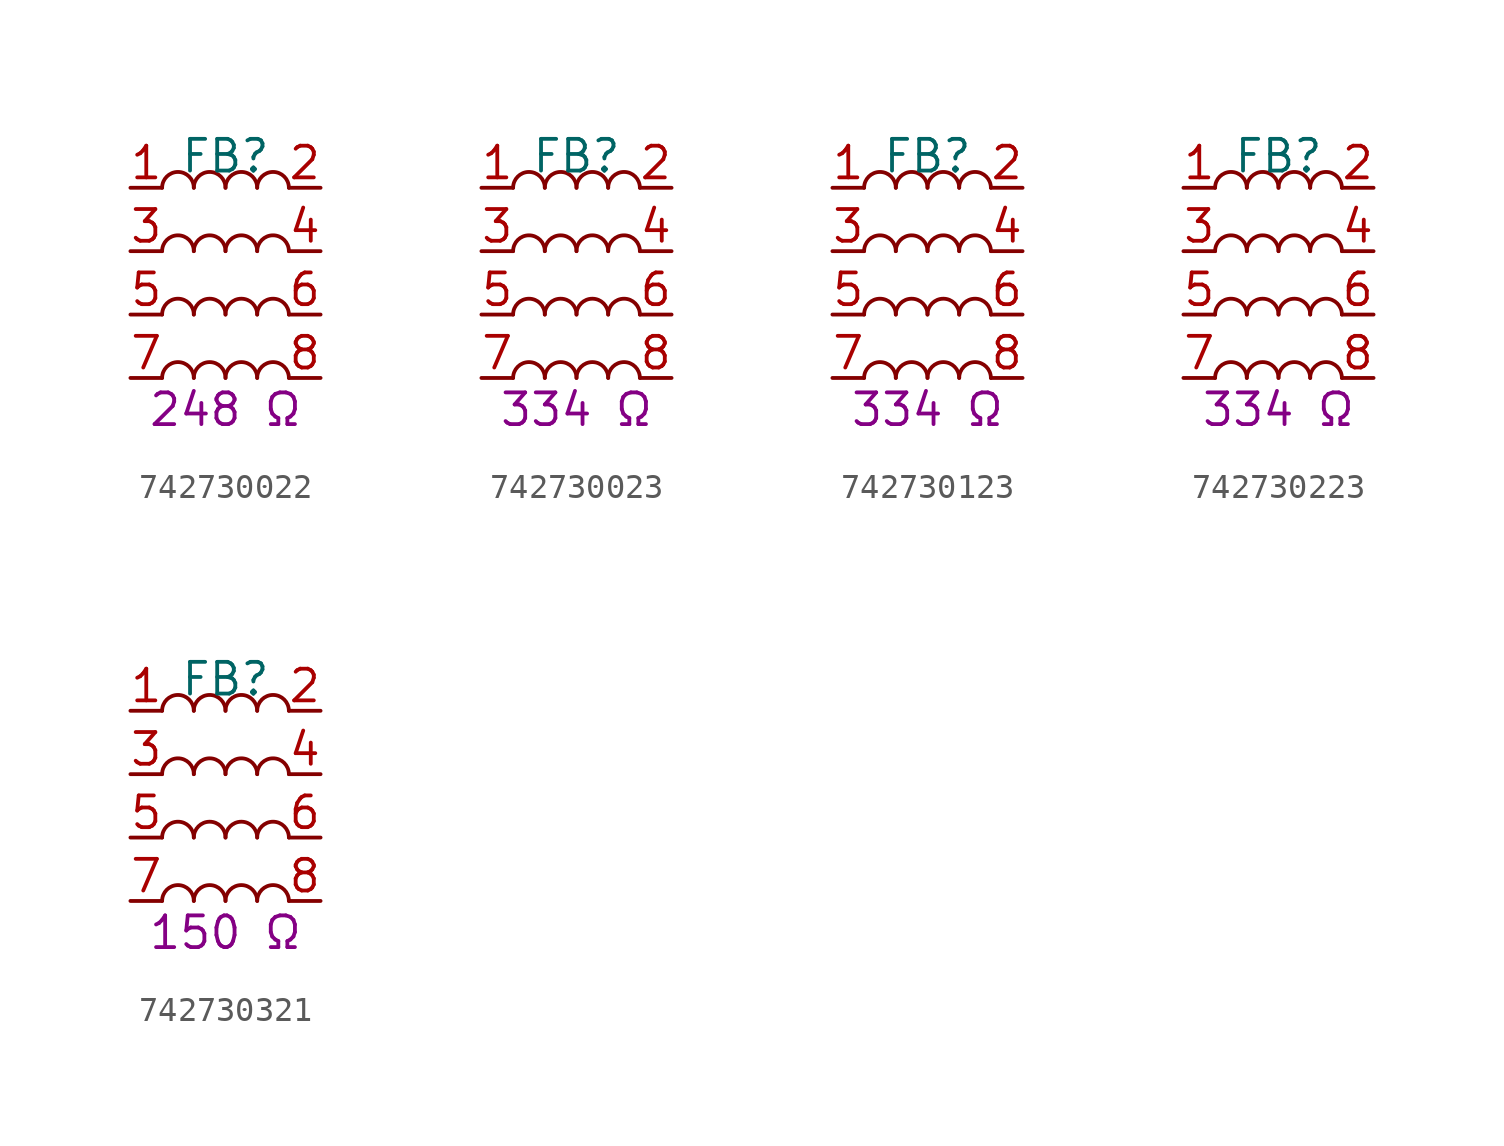
<source format=kicad_sym>
(kicad_symbol_lib
  (version 20220914)
  (generator kicad_symbol_editor)
  (symbol "742730022"
    (pin_names hide)
    (property "Reference" "FB"
      (at 0 5.08 0)
      (effects (font (size 1.27 1.27))))
    (property "Critical Parameter" "248 Ω"
      (at 0 -5.08 0)
      (effects (font (size 1.27 1.27))))
    (symbol "742730022_0_1"
      (arc (start -1.27 -3.81) (mid -1.905 -3.1777) (end -2.54 -3.81) (stroke (width 0) (type default)) (fill (type none)))
      (arc (start -1.27 -1.27) (mid -1.905 -0.6377) (end -2.54 -1.27) (stroke (width 0) (type default)) (fill (type none)))
      (arc (start -1.27 1.27) (mid -1.905 1.9023) (end -2.54 1.27) (stroke (width 0) (type default)) (fill (type none)))
      (arc (start -1.27 3.81) (mid -1.905 4.4423) (end -2.54 3.81) (stroke (width 0) (type default)) (fill (type none)))
      (arc (start 0 -3.81) (mid -0.635 -3.1777) (end -1.27 -3.81) (stroke (width 0) (type default)) (fill (type none)))
      (arc (start 0 -1.27) (mid -0.635 -0.6377) (end -1.27 -1.27) (stroke (width 0) (type default)) (fill (type none)))
      (arc (start 0 1.27) (mid -0.635 1.9023) (end -1.27 1.27) (stroke (width 0) (type default)) (fill (type none)))
      (arc (start 0 3.81) (mid -0.635 4.4423) (end -1.27 3.81) (stroke (width 0) (type default)) (fill (type none)))
      (arc (start 1.27 -3.81) (mid 0.635 -3.1777) (end 0 -3.81) (stroke (width 0) (type default)) (fill (type none)))
      (arc (start 1.27 -1.27) (mid 0.635 -0.6377) (end 0 -1.27) (stroke (width 0) (type default)) (fill (type none)))
      (arc (start 1.27 1.27) (mid 0.635 1.9023) (end 0 1.27) (stroke (width 0) (type default)) (fill (type none)))
      (arc (start 1.27 3.81) (mid 0.635 4.4423) (end 0 3.81) (stroke (width 0) (type default)) (fill (type none)))
      (arc (start 2.54 -3.81) (mid 1.905 -3.1777) (end 1.27 -3.81) (stroke (width 0) (type default)) (fill (type none)))
      (arc (start 2.54 -1.27) (mid 1.905 -0.6377) (end 1.27 -1.27) (stroke (width 0) (type default)) (fill (type none)))
      (arc (start 2.54 1.27) (mid 1.905 1.9023) (end 1.27 1.27) (stroke (width 0) (type default)) (fill (type none)))
      (arc (start 2.54 3.81) (mid 1.905 4.4423) (end 1.27 3.81) (stroke (width 0) (type default)) (fill (type none))))
    (symbol "742730022_1_1"
      (pin passive line (at -3.81 3.81 0) (length 1.27) (name "1" (effects (font (size 1.27 1.27)))) (number "1" (effects (font (size 1.27 1.27)))))
      (pin passive line (at 3.81 3.81 180) (length 1.27) (name "2" (effects (font (size 1.27 1.27)))) (number "2" (effects (font (size 1.27 1.27)))))
      (pin passive line (at -3.81 1.27 0) (length 1.27) (name "3" (effects (font (size 1.27 1.27)))) (number "3" (effects (font (size 1.27 1.27)))))
      (pin passive line (at 3.81 1.27 180) (length 1.27) (name "4" (effects (font (size 1.27 1.27)))) (number "4" (effects (font (size 1.27 1.27)))))
      (pin passive line (at -3.81 -1.27 0) (length 1.27) (name "5" (effects (font (size 1.27 1.27)))) (number "5" (effects (font (size 1.27 1.27)))))
      (pin passive line (at 3.81 -1.27 180) (length 1.27) (name "6" (effects (font (size 1.27 1.27)))) (number "6" (effects (font (size 1.27 1.27)))))
      (pin passive line (at -3.81 -3.81 0) (length 1.27) (name "7" (effects (font (size 1.27 1.27)))) (number "7" (effects (font (size 1.27 1.27)))))
      (pin passive line (at 3.81 -3.81 180) (length 1.27) (name "8" (effects (font (size 1.27 1.27)))) (number "8" (effects (font (size 1.27 1.27)))))))
  (symbol "742730023"
    (pin_names hide)
    (property "Reference" "FB"
      (at 0 5.08 0)
      (effects (font (size 1.27 1.27))))
    (property "Critical Parameter" "334 Ω"
      (at 0 -5.08 0)
      (effects (font (size 1.27 1.27))))
    (symbol "742730023_0_1"
      (arc (start -1.27 -3.81) (mid -1.905 -3.1777) (end -2.54 -3.81) (stroke (width 0) (type default)) (fill (type none)))
      (arc (start -1.27 -1.27) (mid -1.905 -0.6377) (end -2.54 -1.27) (stroke (width 0) (type default)) (fill (type none)))
      (arc (start -1.27 1.27) (mid -1.905 1.9023) (end -2.54 1.27) (stroke (width 0) (type default)) (fill (type none)))
      (arc (start -1.27 3.81) (mid -1.905 4.4423) (end -2.54 3.81) (stroke (width 0) (type default)) (fill (type none)))
      (arc (start 0 -3.81) (mid -0.635 -3.1777) (end -1.27 -3.81) (stroke (width 0) (type default)) (fill (type none)))
      (arc (start 0 -1.27) (mid -0.635 -0.6377) (end -1.27 -1.27) (stroke (width 0) (type default)) (fill (type none)))
      (arc (start 0 1.27) (mid -0.635 1.9023) (end -1.27 1.27) (stroke (width 0) (type default)) (fill (type none)))
      (arc (start 0 3.81) (mid -0.635 4.4423) (end -1.27 3.81) (stroke (width 0) (type default)) (fill (type none)))
      (arc (start 1.27 -3.81) (mid 0.635 -3.1777) (end 0 -3.81) (stroke (width 0) (type default)) (fill (type none)))
      (arc (start 1.27 -1.27) (mid 0.635 -0.6377) (end 0 -1.27) (stroke (width 0) (type default)) (fill (type none)))
      (arc (start 1.27 1.27) (mid 0.635 1.9023) (end 0 1.27) (stroke (width 0) (type default)) (fill (type none)))
      (arc (start 1.27 3.81) (mid 0.635 4.4423) (end 0 3.81) (stroke (width 0) (type default)) (fill (type none)))
      (arc (start 2.54 -3.81) (mid 1.905 -3.1777) (end 1.27 -3.81) (stroke (width 0) (type default)) (fill (type none)))
      (arc (start 2.54 -1.27) (mid 1.905 -0.6377) (end 1.27 -1.27) (stroke (width 0) (type default)) (fill (type none)))
      (arc (start 2.54 1.27) (mid 1.905 1.9023) (end 1.27 1.27) (stroke (width 0) (type default)) (fill (type none)))
      (arc (start 2.54 3.81) (mid 1.905 4.4423) (end 1.27 3.81) (stroke (width 0) (type default)) (fill (type none))))
    (symbol "742730023_1_1"
      (pin passive line (at -3.81 3.81 0) (length 1.27) (name "1" (effects (font (size 1.27 1.27)))) (number "1" (effects (font (size 1.27 1.27)))))
      (pin passive line (at 3.81 3.81 180) (length 1.27) (name "2" (effects (font (size 1.27 1.27)))) (number "2" (effects (font (size 1.27 1.27)))))
      (pin passive line (at -3.81 1.27 0) (length 1.27) (name "3" (effects (font (size 1.27 1.27)))) (number "3" (effects (font (size 1.27 1.27)))))
      (pin passive line (at 3.81 1.27 180) (length 1.27) (name "4" (effects (font (size 1.27 1.27)))) (number "4" (effects (font (size 1.27 1.27)))))
      (pin passive line (at -3.81 -1.27 0) (length 1.27) (name "5" (effects (font (size 1.27 1.27)))) (number "5" (effects (font (size 1.27 1.27)))))
      (pin passive line (at 3.81 -1.27 180) (length 1.27) (name "6" (effects (font (size 1.27 1.27)))) (number "6" (effects (font (size 1.27 1.27)))))
      (pin passive line (at -3.81 -3.81 0) (length 1.27) (name "7" (effects (font (size 1.27 1.27)))) (number "7" (effects (font (size 1.27 1.27)))))
      (pin passive line (at 3.81 -3.81 180) (length 1.27) (name "8" (effects (font (size 1.27 1.27)))) (number "8" (effects (font (size 1.27 1.27)))))))
  (symbol "742730123"
    (pin_names hide)
    (property "Reference" "FB"
      (at 0 5.08 0)
      (effects (font (size 1.27 1.27))))
    (property "Critical Parameter" "334 Ω"
      (at 0 -5.08 0)
      (effects (font (size 1.27 1.27))))
    (symbol "742730123_0_1"
      (arc (start -1.27 -3.81) (mid -1.905 -3.1777) (end -2.54 -3.81) (stroke (width 0) (type default)) (fill (type none)))
      (arc (start -1.27 -1.27) (mid -1.905 -0.6377) (end -2.54 -1.27) (stroke (width 0) (type default)) (fill (type none)))
      (arc (start -1.27 1.27) (mid -1.905 1.9023) (end -2.54 1.27) (stroke (width 0) (type default)) (fill (type none)))
      (arc (start -1.27 3.81) (mid -1.905 4.4423) (end -2.54 3.81) (stroke (width 0) (type default)) (fill (type none)))
      (arc (start 0 -3.81) (mid -0.635 -3.1777) (end -1.27 -3.81) (stroke (width 0) (type default)) (fill (type none)))
      (arc (start 0 -1.27) (mid -0.635 -0.6377) (end -1.27 -1.27) (stroke (width 0) (type default)) (fill (type none)))
      (arc (start 0 1.27) (mid -0.635 1.9023) (end -1.27 1.27) (stroke (width 0) (type default)) (fill (type none)))
      (arc (start 0 3.81) (mid -0.635 4.4423) (end -1.27 3.81) (stroke (width 0) (type default)) (fill (type none)))
      (arc (start 1.27 -3.81) (mid 0.635 -3.1777) (end 0 -3.81) (stroke (width 0) (type default)) (fill (type none)))
      (arc (start 1.27 -1.27) (mid 0.635 -0.6377) (end 0 -1.27) (stroke (width 0) (type default)) (fill (type none)))
      (arc (start 1.27 1.27) (mid 0.635 1.9023) (end 0 1.27) (stroke (width 0) (type default)) (fill (type none)))
      (arc (start 1.27 3.81) (mid 0.635 4.4423) (end 0 3.81) (stroke (width 0) (type default)) (fill (type none)))
      (arc (start 2.54 -3.81) (mid 1.905 -3.1777) (end 1.27 -3.81) (stroke (width 0) (type default)) (fill (type none)))
      (arc (start 2.54 -1.27) (mid 1.905 -0.6377) (end 1.27 -1.27) (stroke (width 0) (type default)) (fill (type none)))
      (arc (start 2.54 1.27) (mid 1.905 1.9023) (end 1.27 1.27) (stroke (width 0) (type default)) (fill (type none)))
      (arc (start 2.54 3.81) (mid 1.905 4.4423) (end 1.27 3.81) (stroke (width 0) (type default)) (fill (type none))))
    (symbol "742730123_1_1"
      (pin passive line (at -3.81 3.81 0) (length 1.27) (name "1" (effects (font (size 1.27 1.27)))) (number "1" (effects (font (size 1.27 1.27)))))
      (pin passive line (at 3.81 3.81 180) (length 1.27) (name "2" (effects (font (size 1.27 1.27)))) (number "2" (effects (font (size 1.27 1.27)))))
      (pin passive line (at -3.81 1.27 0) (length 1.27) (name "3" (effects (font (size 1.27 1.27)))) (number "3" (effects (font (size 1.27 1.27)))))
      (pin passive line (at 3.81 1.27 180) (length 1.27) (name "4" (effects (font (size 1.27 1.27)))) (number "4" (effects (font (size 1.27 1.27)))))
      (pin passive line (at -3.81 -1.27 0) (length 1.27) (name "5" (effects (font (size 1.27 1.27)))) (number "5" (effects (font (size 1.27 1.27)))))
      (pin passive line (at 3.81 -1.27 180) (length 1.27) (name "6" (effects (font (size 1.27 1.27)))) (number "6" (effects (font (size 1.27 1.27)))))
      (pin passive line (at -3.81 -3.81 0) (length 1.27) (name "7" (effects (font (size 1.27 1.27)))) (number "7" (effects (font (size 1.27 1.27)))))
      (pin passive line (at 3.81 -3.81 180) (length 1.27) (name "8" (effects (font (size 1.27 1.27)))) (number "8" (effects (font (size 1.27 1.27)))))))
  (symbol "742730223"
    (pin_names hide)
    (property "Reference" "FB"
      (at 0 5.08 0)
      (effects (font (size 1.27 1.27))))
    (property "Critical Parameter" "334 Ω"
      (at 0 -5.08 0)
      (effects (font (size 1.27 1.27))))
    (symbol "742730223_0_1"
      (arc (start -1.27 -3.81) (mid -1.905 -3.1777) (end -2.54 -3.81) (stroke (width 0) (type default)) (fill (type none)))
      (arc (start -1.27 -1.27) (mid -1.905 -0.6377) (end -2.54 -1.27) (stroke (width 0) (type default)) (fill (type none)))
      (arc (start -1.27 1.27) (mid -1.905 1.9023) (end -2.54 1.27) (stroke (width 0) (type default)) (fill (type none)))
      (arc (start -1.27 3.81) (mid -1.905 4.4423) (end -2.54 3.81) (stroke (width 0) (type default)) (fill (type none)))
      (arc (start 0 -3.81) (mid -0.635 -3.1777) (end -1.27 -3.81) (stroke (width 0) (type default)) (fill (type none)))
      (arc (start 0 -1.27) (mid -0.635 -0.6377) (end -1.27 -1.27) (stroke (width 0) (type default)) (fill (type none)))
      (arc (start 0 1.27) (mid -0.635 1.9023) (end -1.27 1.27) (stroke (width 0) (type default)) (fill (type none)))
      (arc (start 0 3.81) (mid -0.635 4.4423) (end -1.27 3.81) (stroke (width 0) (type default)) (fill (type none)))
      (arc (start 1.27 -3.81) (mid 0.635 -3.1777) (end 0 -3.81) (stroke (width 0) (type default)) (fill (type none)))
      (arc (start 1.27 -1.27) (mid 0.635 -0.6377) (end 0 -1.27) (stroke (width 0) (type default)) (fill (type none)))
      (arc (start 1.27 1.27) (mid 0.635 1.9023) (end 0 1.27) (stroke (width 0) (type default)) (fill (type none)))
      (arc (start 1.27 3.81) (mid 0.635 4.4423) (end 0 3.81) (stroke (width 0) (type default)) (fill (type none)))
      (arc (start 2.54 -3.81) (mid 1.905 -3.1777) (end 1.27 -3.81) (stroke (width 0) (type default)) (fill (type none)))
      (arc (start 2.54 -1.27) (mid 1.905 -0.6377) (end 1.27 -1.27) (stroke (width 0) (type default)) (fill (type none)))
      (arc (start 2.54 1.27) (mid 1.905 1.9023) (end 1.27 1.27) (stroke (width 0) (type default)) (fill (type none)))
      (arc (start 2.54 3.81) (mid 1.905 4.4423) (end 1.27 3.81) (stroke (width 0) (type default)) (fill (type none))))
    (symbol "742730223_1_1"
      (pin passive line (at -3.81 3.81 0) (length 1.27) (name "1" (effects (font (size 1.27 1.27)))) (number "1" (effects (font (size 1.27 1.27)))))
      (pin passive line (at 3.81 3.81 180) (length 1.27) (name "2" (effects (font (size 1.27 1.27)))) (number "2" (effects (font (size 1.27 1.27)))))
      (pin passive line (at -3.81 1.27 0) (length 1.27) (name "3" (effects (font (size 1.27 1.27)))) (number "3" (effects (font (size 1.27 1.27)))))
      (pin passive line (at 3.81 1.27 180) (length 1.27) (name "4" (effects (font (size 1.27 1.27)))) (number "4" (effects (font (size 1.27 1.27)))))
      (pin passive line (at -3.81 -1.27 0) (length 1.27) (name "5" (effects (font (size 1.27 1.27)))) (number "5" (effects (font (size 1.27 1.27)))))
      (pin passive line (at 3.81 -1.27 180) (length 1.27) (name "6" (effects (font (size 1.27 1.27)))) (number "6" (effects (font (size 1.27 1.27)))))
      (pin passive line (at -3.81 -3.81 0) (length 1.27) (name "7" (effects (font (size 1.27 1.27)))) (number "7" (effects (font (size 1.27 1.27)))))
      (pin passive line (at 3.81 -3.81 180) (length 1.27) (name "8" (effects (font (size 1.27 1.27)))) (number "8" (effects (font (size 1.27 1.27)))))))
  (symbol "742730321"
    (pin_names hide)
    (property "Reference" "FB"
      (at 0 5.08 0)
      (effects (font (size 1.27 1.27))))
    (property "Critical Parameter" "150 Ω"
      (at 0 -5.08 0)
      (effects (font (size 1.27 1.27))))
    (symbol "742730321_0_1"
      (arc (start -1.27 -3.81) (mid -1.905 -3.1777) (end -2.54 -3.81) (stroke (width 0) (type default)) (fill (type none)))
      (arc (start -1.27 -1.27) (mid -1.905 -0.6377) (end -2.54 -1.27) (stroke (width 0) (type default)) (fill (type none)))
      (arc (start -1.27 1.27) (mid -1.905 1.9023) (end -2.54 1.27) (stroke (width 0) (type default)) (fill (type none)))
      (arc (start -1.27 3.81) (mid -1.905 4.4423) (end -2.54 3.81) (stroke (width 0) (type default)) (fill (type none)))
      (arc (start 0 -3.81) (mid -0.635 -3.1777) (end -1.27 -3.81) (stroke (width 0) (type default)) (fill (type none)))
      (arc (start 0 -1.27) (mid -0.635 -0.6377) (end -1.27 -1.27) (stroke (width 0) (type default)) (fill (type none)))
      (arc (start 0 1.27) (mid -0.635 1.9023) (end -1.27 1.27) (stroke (width 0) (type default)) (fill (type none)))
      (arc (start 0 3.81) (mid -0.635 4.4423) (end -1.27 3.81) (stroke (width 0) (type default)) (fill (type none)))
      (arc (start 1.27 -3.81) (mid 0.635 -3.1777) (end 0 -3.81) (stroke (width 0) (type default)) (fill (type none)))
      (arc (start 1.27 -1.27) (mid 0.635 -0.6377) (end 0 -1.27) (stroke (width 0) (type default)) (fill (type none)))
      (arc (start 1.27 1.27) (mid 0.635 1.9023) (end 0 1.27) (stroke (width 0) (type default)) (fill (type none)))
      (arc (start 1.27 3.81) (mid 0.635 4.4423) (end 0 3.81) (stroke (width 0) (type default)) (fill (type none)))
      (arc (start 2.54 -3.81) (mid 1.905 -3.1777) (end 1.27 -3.81) (stroke (width 0) (type default)) (fill (type none)))
      (arc (start 2.54 -1.27) (mid 1.905 -0.6377) (end 1.27 -1.27) (stroke (width 0) (type default)) (fill (type none)))
      (arc (start 2.54 1.27) (mid 1.905 1.9023) (end 1.27 1.27) (stroke (width 0) (type default)) (fill (type none)))
      (arc (start 2.54 3.81) (mid 1.905 4.4423) (end 1.27 3.81) (stroke (width 0) (type default)) (fill (type none))))
    (symbol "742730321_1_1"
      (pin passive line (at -3.81 3.81 0) (length 1.27) (name "1" (effects (font (size 1.27 1.27)))) (number "1" (effects (font (size 1.27 1.27)))))
      (pin passive line (at 3.81 3.81 180) (length 1.27) (name "2" (effects (font (size 1.27 1.27)))) (number "2" (effects (font (size 1.27 1.27)))))
      (pin passive line (at -3.81 1.27 0) (length 1.27) (name "3" (effects (font (size 1.27 1.27)))) (number "3" (effects (font (size 1.27 1.27)))))
      (pin passive line (at 3.81 1.27 180) (length 1.27) (name "4" (effects (font (size 1.27 1.27)))) (number "4" (effects (font (size 1.27 1.27)))))
      (pin passive line (at -3.81 -1.27 0) (length 1.27) (name "5" (effects (font (size 1.27 1.27)))) (number "5" (effects (font (size 1.27 1.27)))))
      (pin passive line (at 3.81 -1.27 180) (length 1.27) (name "6" (effects (font (size 1.27 1.27)))) (number "6" (effects (font (size 1.27 1.27)))))
      (pin passive line (at -3.81 -3.81 0) (length 1.27) (name "7" (effects (font (size 1.27 1.27)))) (number "7" (effects (font (size 1.27 1.27)))))
      (pin passive line (at 3.81 -3.81 180) (length 1.27) (name "8" (effects (font (size 1.27 1.27)))) (number "8" (effects (font (size 1.27 1.27))))))))
</source>
